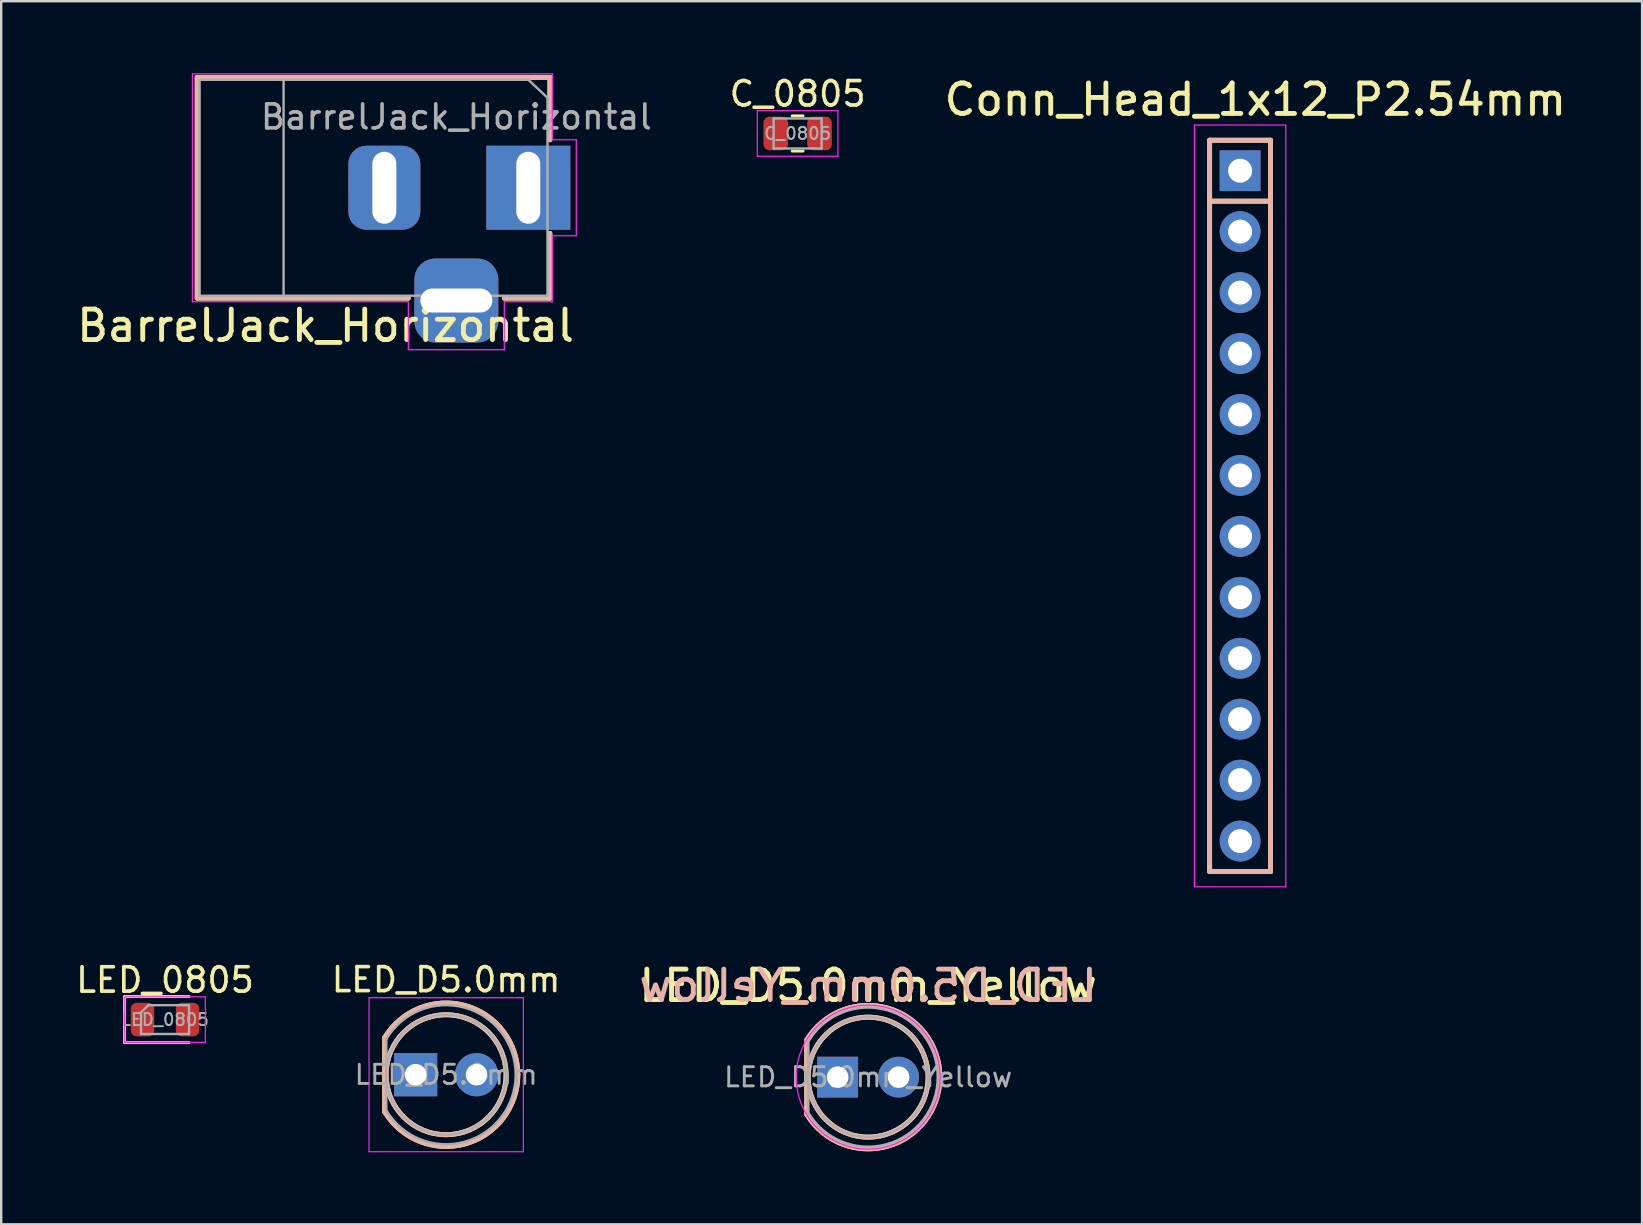
<source format=kicad_pcb>
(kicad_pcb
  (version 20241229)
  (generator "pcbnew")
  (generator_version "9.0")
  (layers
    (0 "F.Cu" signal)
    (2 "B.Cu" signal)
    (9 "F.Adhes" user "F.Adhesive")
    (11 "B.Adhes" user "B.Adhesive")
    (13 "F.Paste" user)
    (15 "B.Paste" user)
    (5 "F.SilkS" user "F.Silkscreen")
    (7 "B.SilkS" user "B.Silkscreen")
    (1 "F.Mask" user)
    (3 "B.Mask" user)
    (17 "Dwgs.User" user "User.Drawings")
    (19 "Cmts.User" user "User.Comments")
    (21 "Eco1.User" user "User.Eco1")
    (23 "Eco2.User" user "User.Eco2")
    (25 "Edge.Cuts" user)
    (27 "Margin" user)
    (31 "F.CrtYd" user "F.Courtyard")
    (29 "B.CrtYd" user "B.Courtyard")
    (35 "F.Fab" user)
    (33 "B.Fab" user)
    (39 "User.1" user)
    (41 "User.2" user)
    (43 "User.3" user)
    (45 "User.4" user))
  (footprint "LED_0805"
    (layer "F.Cu")
    (at 3.828 39.446)
    (property "Reference" "LED_0805" (at 0 -1.65 0) (layer "F.SilkS") (effects (font (size 1.016 1.016) (thickness 0.152))))
    (attr smd)
    (fp_line (start -1.685 -0.96) (end -1.685 0.96) (stroke (width 0.12) (type solid)) (layer "F.SilkS"))
    (fp_line (start -1.685 0.96) (end 1 0.96) (stroke (width 0.12) (type solid)) (layer "F.SilkS"))
    (fp_line (start 1 -0.96) (end -1.685 -0.96) (stroke (width 0.12) (type solid)) (layer "F.SilkS"))
    (fp_line (start -1.68 -0.95) (end 1.68 -0.95) (stroke (width 0.05) (type solid)) (layer "F.CrtYd"))
    (fp_line (start -1.68 0.95) (end -1.68 -0.95) (stroke (width 0.05) (type solid)) (layer "F.CrtYd"))
    (fp_line (start 1.68 -0.95) (end 1.68 0.95) (stroke (width 0.05) (type solid)) (layer "F.CrtYd"))
    (fp_line (start 1.68 0.95) (end -1.68 0.95) (stroke (width 0.05) (type solid)) (layer "F.CrtYd"))
    (fp_line (start -1 -0.3) (end -1 0.6) (stroke (width 0.1) (type solid)) (layer "F.Fab"))
    (fp_line (start -1 0.6) (end 1 0.6) (stroke (width 0.1) (type solid)) (layer "F.Fab"))
    (fp_line (start -0.7 -0.6) (end -1 -0.3) (stroke (width 0.1) (type solid)) (layer "F.Fab"))
    (fp_line (start 1 -0.6) (end -0.7 -0.6) (stroke (width 0.1) (type solid)) (layer "F.Fab"))
    (fp_line (start 1 0.6) (end 1 -0.6) (stroke (width 0.1) (type solid)) (layer "F.Fab"))
    (fp_text user "${REFERENCE}" (at 0 0 0) (layer "F.Fab") (effects (font (size 0.5 0.5) (thickness 0.08))))
    (pad "1" smd roundrect (at -0.938 0) (size 0.975 1.4) (layers "F.Cu" "F.Mask" "F.Paste") (roundrect_rratio 0.25))
    (pad "2" smd roundrect (at 0.938 0) (size 0.975 1.4) (layers "F.Cu" "F.Mask" "F.Paste") (roundrect_rratio 0.25)))
  (footprint "C_0805"
    (layer "F.Cu")
    (at 30.194 2.512)
    (property "Reference" "C_0805" (at 0 -1.65 0) (layer "F.SilkS") (effects (font (size 1.016 1.016) (thickness 0.152))))
    (attr smd)
    (fp_line (start -0.227 -0.735) (end 0.227 -0.735) (stroke (width 0.12) (type solid)) (layer "F.SilkS"))
    (fp_line (start -0.227 0.735) (end 0.227 0.735) (stroke (width 0.12) (type solid)) (layer "F.SilkS"))
    (fp_line (start -1.68 -0.95) (end 1.68 -0.95) (stroke (width 0.05) (type solid)) (layer "F.CrtYd"))
    (fp_line (start -1.68 0.95) (end -1.68 -0.95) (stroke (width 0.05) (type solid)) (layer "F.CrtYd"))
    (fp_line (start 1.68 -0.95) (end 1.68 0.95) (stroke (width 0.05) (type solid)) (layer "F.CrtYd"))
    (fp_line (start 1.68 0.95) (end -1.68 0.95) (stroke (width 0.05) (type solid)) (layer "F.CrtYd"))
    (fp_line (start -1 -0.625) (end 1 -0.625) (stroke (width 0.1) (type solid)) (layer "F.Fab"))
    (fp_line (start -1 0.625) (end -1 -0.625) (stroke (width 0.1) (type solid)) (layer "F.Fab"))
    (fp_line (start 1 -0.625) (end 1 0.625) (stroke (width 0.1) (type solid)) (layer "F.Fab"))
    (fp_line (start 1 0.625) (end -1 0.625) (stroke (width 0.1) (type solid)) (layer "F.Fab"))
    (fp_text user "${REFERENCE}" (at 0 0 0) (layer "F.Fab") (effects (font (size 0.5 0.5) (thickness 0.08))))
    (pad "1" smd roundrect (at -0.912 0) (size 1.025 1.4) (layers "F.Cu" "F.Mask" "F.Paste") (roundrect_rratio 0.244))
    (pad "2" smd roundrect (at 0.912 0) (size 1.025 1.4) (layers "F.Cu" "F.Mask" "F.Paste") (roundrect_rratio 0.244)))
  (footprint "LED_D5.0mm"
    (layer "F.Cu")
    (at 15.543 41.743)
    (property "Reference" "LED_D5.0mm" (at 0 -3.96 0) (layer "F.SilkS") (effects (font (size 1 1) (thickness 0.15))))
    (attr through_hole)
    (fp_line (start -2.56 -1.545) (end -2.56 1.545) (stroke (width 0.203) (type solid)) (layer "F.SilkS"))
    (fp_arc (start -2.56 -1.54483) (mid 0.801756 -2.880501) (end 2.99 -0.000048) (stroke (width 0.2032) (type solid)) (layer "F.SilkS"))
    (fp_arc (start 2.99 0.000048) (mid 0.801756 2.880501) (end -2.56 1.54483) (stroke (width 0.2032) (type solid)) (layer "F.SilkS"))
    (fp_circle (center 0 0) (end 2.5 0) (stroke (width 0.203) (type solid)) (fill no) (layer "F.SilkS"))
    (fp_line (start -2.56 -1.545) (end -2.56 1.545) (stroke (width 0.203) (type solid)) (layer "B.SilkS"))
    (fp_arc (start -2.56 -1.54483) (mid 0.801756 -2.880501) (end 2.99 -0.000048) (stroke (width 0.2032) (type solid)) (layer "B.SilkS"))
    (fp_arc (start 2.99 0.000048) (mid 0.801756 2.880501) (end -2.56 1.54483) (stroke (width 0.2032) (type solid)) (layer "B.SilkS"))
    (fp_circle (center 0 0) (end 2.5 0) (stroke (width 0.203) (type solid)) (fill no) (layer "B.SilkS"))
    (fp_line (start -3.21 -3.21) (end -3.21 3.21) (stroke (width 0.05) (type solid)) (layer "F.CrtYd"))
    (fp_line (start -3.21 3.21) (end 3.22 3.21) (stroke (width 0.05) (type solid)) (layer "F.CrtYd"))
    (fp_line (start 3.22 -3.21) (end -3.21 -3.21) (stroke (width 0.05) (type solid)) (layer "F.CrtYd"))
    (fp_line (start 3.22 3.21) (end 3.22 -3.21) (stroke (width 0.05) (type solid)) (layer "F.CrtYd"))
    (fp_line (start -2.5 -1.47) (end -2.5 1.47) (stroke (width 0.1) (type solid)) (layer "F.Fab"))
    (fp_arc (start -2.5 -1.469694) (mid 2.9 -0.000045) (end -2.499954 1.469772) (stroke (width 0.1) (type solid)) (layer "F.Fab"))
    (fp_circle (center 0 0) (end 2.5 0) (stroke (width 0.1) (type solid)) (fill no) (layer "F.Fab"))
    (fp_text user "${REFERENCE}" (at 0 0 0) (layer "F.Fab") (effects (font (size 0.8 0.8) (thickness 0.12))))
    (pad "1" thru_hole rect (at -1.27 0) (size 1.8 1.8) (drill 0.9) (layers "*.Cu" "*.Mask"))
    (pad "2" thru_hole circle (at 1.27 0) (size 1.8 1.8) (drill 0.9) (layers "*.Cu" "*.Mask")))
  (footprint "Conn_Head_1x12_P2.54mm"
    (layer "F.Cu")
    (at 48.636 4.065)
    (property "Reference" "Conn_Head_1x12_P2.54mm" (at 0.635 -2.965 0) (layer "F.SilkS") (effects (font (size 1.27 1.27) (thickness 0.203))))
    (attr through_hole)
    (fp_line (start -1.27 -1.27) (end 1.27 -1.27) (stroke (width 0.203) (type solid)) (layer "F.SilkS"))
    (fp_line (start -1.27 29.21) (end -1.27 -1.27) (stroke (width 0.203) (type solid)) (layer "F.SilkS"))
    (fp_line (start 1.27 -1.27) (end 1.27 29.21) (stroke (width 0.203) (type solid)) (layer "F.SilkS"))
    (fp_line (start 1.27 1.27) (end -1.27 1.27) (stroke (width 0.203) (type solid)) (layer "F.SilkS"))
    (fp_line (start 1.27 29.21) (end -1.27 29.21) (stroke (width 0.203) (type solid)) (layer "F.SilkS"))
    (fp_line (start -1.27 -1.27) (end 1.27 -1.27) (stroke (width 0.203) (type solid)) (layer "B.SilkS"))
    (fp_line (start -1.27 29.21) (end -1.27 -1.27) (stroke (width 0.203) (type solid)) (layer "B.SilkS"))
    (fp_line (start 1.27 -1.27) (end 1.27 29.21) (stroke (width 0.203) (type solid)) (layer "B.SilkS"))
    (fp_line (start 1.27 1.27) (end -1.27 1.27) (stroke (width 0.203) (type solid)) (layer "B.SilkS"))
    (fp_line (start 1.27 29.21) (end -1.27 29.21) (stroke (width 0.203) (type solid)) (layer "B.SilkS"))
    (fp_line (start -1.905 -1.905) (end -1.905 29.845) (stroke (width 0.05) (type solid)) (layer "F.CrtYd"))
    (fp_line (start 1.905 -1.905) (end -1.905 -1.905) (stroke (width 0.05) (type solid)) (layer "F.CrtYd"))
    (fp_line (start 1.905 29.845) (end -1.905 29.845) (stroke (width 0.05) (type solid)) (layer "F.CrtYd"))
    (fp_line (start 1.905 29.845) (end 1.905 -1.905) (stroke (width 0.05) (type solid)) (layer "F.CrtYd"))
    (pad "1" thru_hole rect (at 0 0) (size 1.7 1.7) (drill 1) (layers "*.Cu" "*.Mask"))
    (pad "2" thru_hole oval (at 0 2.54) (size 1.7 1.7) (drill 1) (layers "*.Cu" "*.Mask"))
    (pad "3" thru_hole oval (at 0 5.08) (size 1.7 1.7) (drill 1) (layers "*.Cu" "*.Mask"))
    (pad "4" thru_hole oval (at 0 7.62) (size 1.7 1.7) (drill 1) (layers "*.Cu" "*.Mask"))
    (pad "5" thru_hole oval (at 0 10.16) (size 1.7 1.7) (drill 1) (layers "*.Cu" "*.Mask"))
    (pad "6" thru_hole oval (at 0 12.7) (size 1.7 1.7) (drill 1) (layers "*.Cu" "*.Mask"))
    (pad "7" thru_hole oval (at 0 15.24) (size 1.7 1.7) (drill 1) (layers "*.Cu" "*.Mask"))
    (pad "8" thru_hole oval (at 0 17.78) (size 1.7 1.7) (drill 1) (layers "*.Cu" "*.Mask"))
    (pad "9" thru_hole oval (at 0 20.32) (size 1.7 1.7) (drill 1) (layers "*.Cu" "*.Mask"))
    (pad "10" thru_hole oval (at 0 22.86) (size 1.7 1.7) (drill 1) (layers "*.Cu" "*.Mask"))
    (pad "11" thru_hole oval (at 0 25.4) (size 1.7 1.7) (drill 1) (layers "*.Cu" "*.Mask"))
    (pad "12" thru_hole oval (at 0 27.94) (size 1.7 1.7) (drill 1) (layers "*.Cu" "*.Mask")))
  (footprint "BarrelJack_Horizontal"
    (layer "F.Cu")
    (at 18.969 4.775)
    (property "Reference" "BarrelJack_Horizontal" (at -8.45 5.75 0) (layer "F.SilkS") (effects (font (size 1.27 1.27) (thickness 0.203))))
    (attr through_hole)
    (fp_line (start -13.8 -4.6) (end 0.9 -4.6) (stroke (width 0.203) (type solid)) (layer "F.SilkS"))
    (fp_line (start -13.8 4.6) (end -13.8 -4.6) (stroke (width 0.203) (type solid)) (layer "F.SilkS"))
    (fp_line (start -5 4.6) (end -13.8 4.6) (stroke (width 0.203) (type solid)) (layer "F.SilkS"))
    (fp_line (start 0.9 -4.6) (end 0.9 -2) (stroke (width 0.203) (type solid)) (layer "F.SilkS"))
    (fp_line (start 0.9 1.9) (end 0.9 4.6) (stroke (width 0.203) (type solid)) (layer "F.SilkS"))
    (fp_line (start 0.9 4.6) (end -1 4.6) (stroke (width 0.203) (type solid)) (layer "F.SilkS"))
    (fp_line (start -13.8 -4.6) (end 0.9 -4.6) (stroke (width 0.203) (type solid)) (layer "B.SilkS"))
    (fp_line (start -13.8 4.6) (end -13.8 -4.6) (stroke (width 0.203) (type solid)) (layer "B.SilkS"))
    (fp_line (start -5 4.6) (end -13.8 4.6) (stroke (width 0.203) (type solid)) (layer "B.SilkS"))
    (fp_line (start 0.9 -4.6) (end 0.9 -2) (stroke (width 0.203) (type solid)) (layer "B.SilkS"))
    (fp_line (start 0.9 1.9) (end 0.9 4.6) (stroke (width 0.203) (type solid)) (layer "B.SilkS"))
    (fp_line (start 0.9 4.6) (end -1 4.6) (stroke (width 0.203) (type solid)) (layer "B.SilkS"))
    (fp_line (start -14 4.75) (end -14 -4.75) (stroke (width 0.05) (type solid)) (layer "F.CrtYd"))
    (fp_line (start -5 4.75) (end -14 4.75) (stroke (width 0.05) (type solid)) (layer "F.CrtYd"))
    (fp_line (start -5 6.75) (end -5 4.75) (stroke (width 0.05) (type solid)) (layer "F.CrtYd"))
    (fp_line (start -1 4.75) (end -1 6.75) (stroke (width 0.05) (type solid)) (layer "F.CrtYd"))
    (fp_line (start -1 6.75) (end -5 6.75) (stroke (width 0.05) (type solid)) (layer "F.CrtYd"))
    (fp_line (start 1 -4.75) (end -14 -4.75) (stroke (width 0.05) (type solid)) (layer "F.CrtYd"))
    (fp_line (start 1 -4.5) (end 1 -4.75) (stroke (width 0.05) (type solid)) (layer "F.CrtYd"))
    (fp_line (start 1 -4.5) (end 1 -2) (stroke (width 0.05) (type solid)) (layer "F.CrtYd"))
    (fp_line (start 1 -2) (end 2 -2) (stroke (width 0.05) (type solid)) (layer "F.CrtYd"))
    (fp_line (start 1 2) (end 1 4.75) (stroke (width 0.05) (type solid)) (layer "F.CrtYd"))
    (fp_line (start 1 4.75) (end -1 4.75) (stroke (width 0.05) (type solid)) (layer "F.CrtYd"))
    (fp_line (start 2 -2) (end 2 2) (stroke (width 0.05) (type solid)) (layer "F.CrtYd"))
    (fp_line (start 2 2) (end 1 2) (stroke (width 0.05) (type solid)) (layer "F.CrtYd"))
    (fp_line (start -13.7 -4.5) (end -13.7 4.5) (stroke (width 0.1) (type solid)) (layer "F.Fab"))
    (fp_line (start -13.7 4.5) (end 0.8 4.5) (stroke (width 0.1) (type solid)) (layer "F.Fab"))
    (fp_line (start -10.2 -4.5) (end -10.2 4.5) (stroke (width 0.1) (type solid)) (layer "F.Fab"))
    (fp_line (start -0.003 -4.505) (end 0.8 -3.75) (stroke (width 0.1) (type solid)) (layer "F.Fab"))
    (fp_line (start 0 -4.5) (end -13.7 -4.5) (stroke (width 0.1) (type solid)) (layer "F.Fab"))
    (fp_line (start 0.8 4.5) (end 0.8 -3.75) (stroke (width 0.1) (type solid)) (layer "F.Fab"))
    (fp_text user "${REFERENCE}" (at -3 -2.95 0) (layer "F.Fab") (effects (font (size 1 1) (thickness 0.15))))
    (pad "1" thru_hole rect (at 0 0) (size 3.5 3.5) (drill oval 1 3) (layers "*.Cu" "*.Mask"))
    (pad "2" thru_hole roundrect (at -6 0) (size 3 3.5) (drill oval 1 3) (layers "*.Cu" "*.Mask") (roundrect_rratio 0.25))
    (pad "3" thru_hole roundrect (at -3 4.7) (size 3.5 3.5) (drill oval 3 1) (layers "*.Cu" "*.Mask") (roundrect_rratio 0.25)))
  (footprint "LED_D5.0mm_Yellow"
    (layer "F.Cu")
    (at 33.133 41.844)
    (property "Reference" "LED_D5.0mm_Yellow" (at 0 -3.81 0) (layer "F.SilkS") (effects (font (size 1.27 1.27) (thickness 0.203))))
    (attr through_hole)
    (fp_line (start -2.56 -1.545) (end -2.56 1.545) (stroke (width 0.203) (type solid)) (layer "F.SilkS"))
    (fp_arc (start -2.56 -1.54483) (mid 0.801756 -2.880501) (end 2.99 -0.000048) (stroke (width 0.2032) (type solid)) (layer "F.SilkS"))
    (fp_arc (start 2.99 0.000048) (mid 0.801756 2.880501) (end -2.56 1.54483) (stroke (width 0.2032) (type solid)) (layer "F.SilkS"))
    (fp_circle (center 0 0) (end 2.5 0) (stroke (width 0.203) (type solid)) (fill no) (layer "F.SilkS"))
    (fp_line (start -2.56 -1.545) (end -2.56 1.545) (stroke (width 0.203) (type solid)) (layer "B.SilkS"))
    (fp_arc (start -2.56 -1.54483) (mid 0.801756 -2.880501) (end 2.99 -0.000048) (stroke (width 0.2032) (type solid)) (layer "B.SilkS"))
    (fp_arc (start 2.99 0.000048) (mid 0.801756 2.880501) (end -2.56 1.54483) (stroke (width 0.2032) (type solid)) (layer "B.SilkS"))
    (fp_circle (center 0 0) (end 2.5 0) (stroke (width 0.203) (type solid)) (fill no) (layer "B.SilkS"))
    (fp_circle (center 0 0) (end 3 0) (stroke (width 0.05) (type default)) (fill no) (layer "F.CrtYd"))
    (fp_line (start -2.5 -1.47) (end -2.5 1.47) (stroke (width 0.1) (type solid)) (layer "F.Fab"))
    (fp_arc (start -2.5 -1.469694) (mid 2.9 -0.000045) (end -2.499954 1.469772) (stroke (width 0.1) (type solid)) (layer "F.Fab"))
    (fp_circle (center 0 0) (end 2.5 0) (stroke (width 0.1) (type solid)) (fill no) (layer "F.Fab"))
    (fp_text user "${Reference}" (at 0 -3.81 0) (unlocked yes) (layer "B.SilkS") (effects (font (size 1.27 1.27) (thickness 0.203)) (justify mirror)))
    (fp_text user "${REFERENCE}" (at 0 0 0) (layer "F.Fab") (effects (font (size 0.8 0.8) (thickness 0.12))))
    (pad "1" thru_hole rect (at -1.27 0) (size 1.7 1.7) (drill 0.9) (layers "*.Cu" "*.Mask"))
    (pad "2" thru_hole circle (at 1.27 0) (size 1.7 1.7) (drill 0.9) (layers "*.Cu" "*.Mask")))
  (gr_rect
    (start -3 -3)
    (end 65.391 47.978)
    (stroke (width 0.1) (type default))
    (fill no)
    (layer "Edge.Cuts")))
</source>
